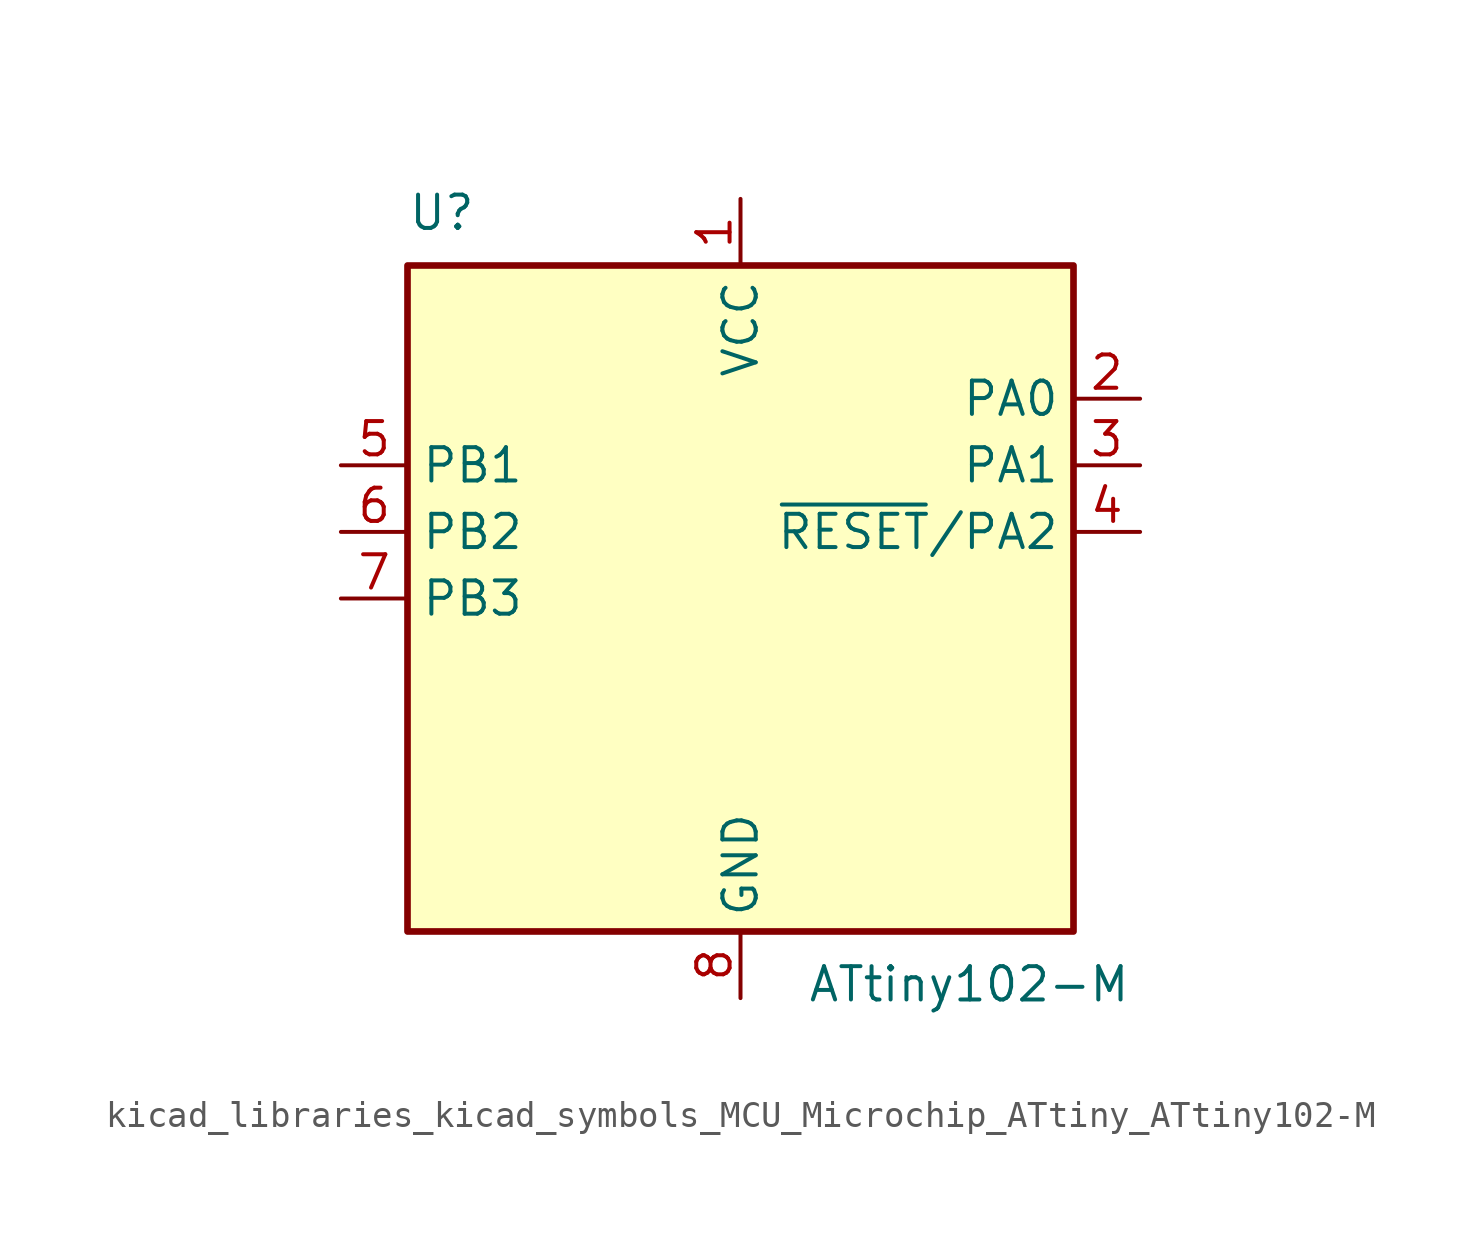
<source format=kicad_sym>
(kicad_symbol_lib
  (version 20220914)
  (generator kicad_symbol_editor)
  (symbol "kicad_libraries_kicad_symbols_MCU_Microchip_ATtiny_ATtiny102-M"
    (property "Reference" "U"
      (at -12.7 13.97 0)
      (effects (font (size 1.27 1.27)) (justify left bottom)))
    (property "Value" "ATtiny102-M"
      (at 2.54 -13.97 0)
      (effects (font (size 1.27 1.27)) (justify left top)))
    (symbol "kicad_libraries_kicad_symbols_MCU_Microchip_ATtiny_ATtiny102-M_0_1"
      (rectangle (start -12.7 -12.7) (end 12.7 12.7) (stroke (width 0.254) (type default)) (fill (type background))))
    (symbol "kicad_libraries_kicad_symbols_MCU_Microchip_ATtiny_ATtiny102-M_1_1"
      (pin power_in line (at 0 15.24 270) (length 2.54) (name "VCC" (effects (font (size 1.27 1.27)))) (number "1" (effects (font (size 1.27 1.27)))))
      (pin bidirectional line (at 15.24 7.62 180) (length 2.54) (name "PA0" (effects (font (size 1.27 1.27)))) (number "2" (effects (font (size 1.27 1.27)))))
      (pin bidirectional line (at 15.24 5.08 180) (length 2.54) (name "PA1" (effects (font (size 1.27 1.27)))) (number "3" (effects (font (size 1.27 1.27)))))
      (pin bidirectional line (at 15.24 2.54 180) (length 2.54) (name "~{RESET}/PA2" (effects (font (size 1.27 1.27)))) (number "4" (effects (font (size 1.27 1.27)))))
      (pin bidirectional line (at -15.24 5.08 0) (length 2.54) (name "PB1" (effects (font (size 1.27 1.27)))) (number "5" (effects (font (size 1.27 1.27)))))
      (pin bidirectional line (at -15.24 2.54 0) (length 2.54) (name "PB2" (effects (font (size 1.27 1.27)))) (number "6" (effects (font (size 1.27 1.27)))))
      (pin bidirectional line (at -15.24 0 0) (length 2.54) (name "PB3" (effects (font (size 1.27 1.27)))) (number "7" (effects (font (size 1.27 1.27)))))
      (pin power_in line (at 0 -15.24 90) (length 2.54) (name "GND" (effects (font (size 1.27 1.27)))) (number "8" (effects (font (size 1.27 1.27)))))
      (pin no_connect line (at -12.7 -7.62 0) (length 2.54) hide (name "NC" (effects (font (size 1.27 1.27)))) (number "9" (effects (font (size 1.27 1.27))))))))
</source>
